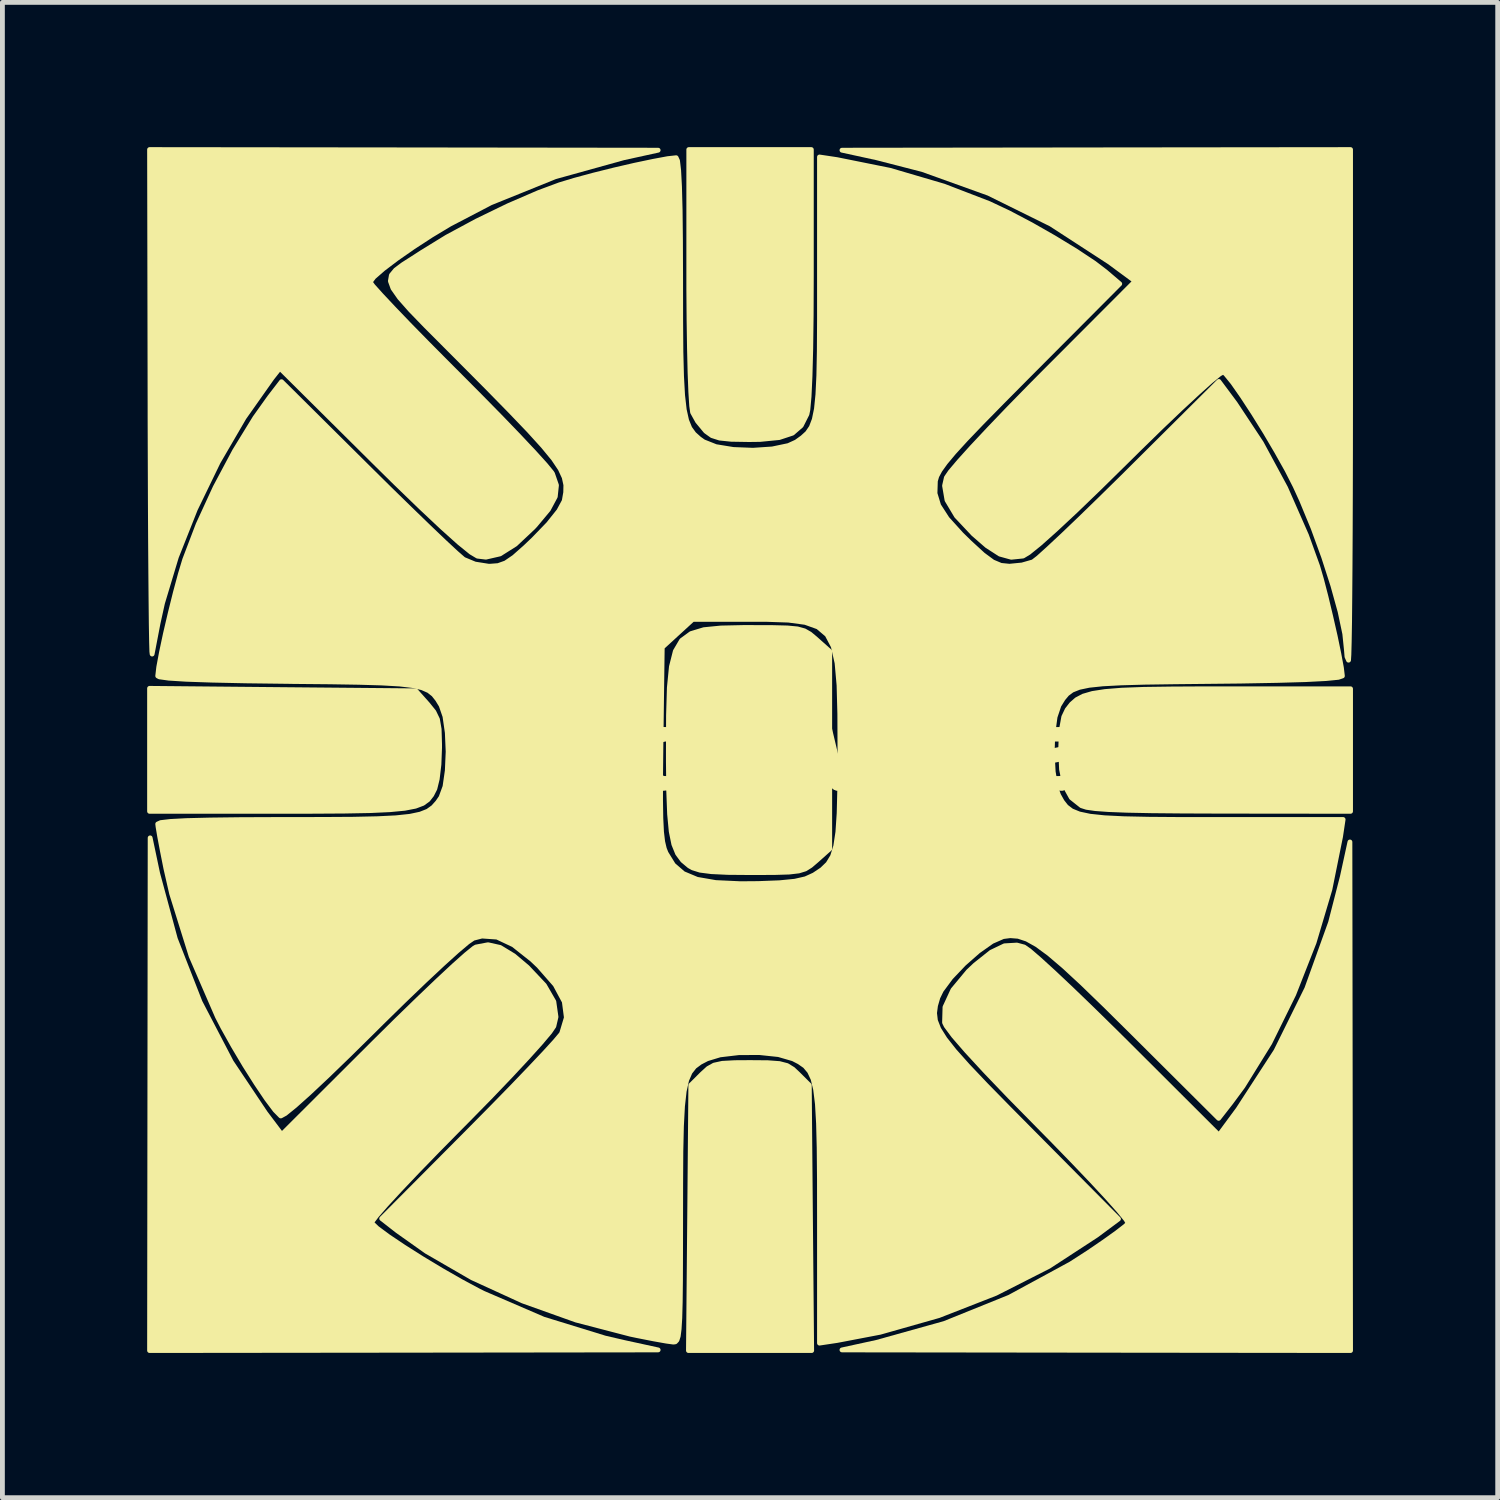
<source format=kicad_pcb>
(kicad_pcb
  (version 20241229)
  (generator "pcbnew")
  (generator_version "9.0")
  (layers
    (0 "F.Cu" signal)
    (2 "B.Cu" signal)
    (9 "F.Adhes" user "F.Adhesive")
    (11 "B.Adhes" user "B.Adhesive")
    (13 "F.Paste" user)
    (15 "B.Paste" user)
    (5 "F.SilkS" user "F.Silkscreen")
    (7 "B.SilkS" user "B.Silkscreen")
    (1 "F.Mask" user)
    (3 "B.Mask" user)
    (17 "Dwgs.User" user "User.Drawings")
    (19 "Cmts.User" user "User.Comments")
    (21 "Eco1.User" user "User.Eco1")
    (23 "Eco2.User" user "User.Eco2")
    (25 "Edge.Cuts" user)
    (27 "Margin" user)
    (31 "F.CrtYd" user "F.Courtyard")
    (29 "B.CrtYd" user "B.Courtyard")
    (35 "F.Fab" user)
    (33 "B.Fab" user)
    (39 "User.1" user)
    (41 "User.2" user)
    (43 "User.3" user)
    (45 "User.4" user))
  (footprint "encoderWheel"
    (layer "F.Cu")
    (at 12.496 12.496)
    (property "Reference" "encoderWheel" (at 0 0 0) (layer "F.SilkS") (effects (font (size 1.524 1.524) (thickness 0.3))))
    (attr through_hole)
    (fp_poly (pts (xy 1.277 12.446) (xy 0 12.446) (xy -1.277 12.446) (xy -1.252 9.696) (xy -1.228 6.946) (xy -0.993 6.712) (xy -0.869 6.599) (xy -0.745 6.53) (xy -0.575 6.493) (xy -0.316 6.479) (xy 0 6.477) (xy 0.367 6.48) (xy 0.608 6.498) (xy 0.767 6.539) (xy 0.889 6.614) (xy 0.993 6.712) (xy 1.228 6.946) (xy 1.252 9.696) (xy 1.277 12.446)) (stroke (width 0.1) (type solid)) (fill yes) (layer "F.SilkS"))
    (fp_poly (pts (xy -6.435 -0.045) (xy -6.448 0.298) (xy -6.484 0.601) (xy -6.533 0.801) (xy -6.536 0.807) (xy -6.598 0.929) (xy -6.674 1.027) (xy -6.781 1.105) (xy -6.937 1.164) (xy -7.159 1.207) (xy -7.464 1.236) (xy -7.871 1.255) (xy -8.396 1.265) (xy -9.058 1.269) (xy -9.775 1.27) (xy -12.446 1.27) (xy -12.446 -0.004) (xy -12.446 -1.279) (xy -9.687 -1.253) (xy -6.929 -1.228) (xy -6.682 -0.951) (xy -6.553 -0.791) (xy -6.479 -0.637) (xy -6.444 -0.433) (xy -6.435 -0.126) (xy -6.435 -0.045)) (stroke (width 0.1) (type solid)) (fill yes) (layer "F.SilkS"))
    (fp_poly (pts (xy 1.27 -9.834) (xy 1.267 -9.017) (xy 1.258 -8.32) (xy 1.243 -7.753) (xy 1.223 -7.327) (xy 1.198 -7.053) (xy 1.179 -6.961) (xy 1.06 -6.725) (xy 0.879 -6.568) (xy 0.604 -6.477) (xy 0.208 -6.438) (xy -0.023 -6.435) (xy -0.389 -6.441) (xy -0.63 -6.466) (xy -0.79 -6.517) (xy -0.913 -6.605) (xy -0.921 -6.612) (xy -1.089 -6.815) (xy -1.191 -6.999) (xy -1.21 -7.133) (xy -1.228 -7.415) (xy -1.244 -7.82) (xy -1.256 -8.328) (xy -1.265 -8.914) (xy -1.27 -9.556) (xy -1.27 -9.827) (xy -1.27 -12.446) (xy 0 -12.446) (xy 1.27 -12.446) (xy 1.27 -9.834)) (stroke (width 0.1) (type solid)) (fill yes) (layer "F.SilkS"))
    (fp_poly (pts (xy 12.446 1.27) (xy 9.758 1.267) (xy 8.96 1.264) (xy 8.315 1.258) (xy 7.81 1.248) (xy 7.428 1.233) (xy 7.154 1.213) (xy 6.974 1.187) (xy 6.871 1.154) (xy 6.867 1.152) (xy 6.659 0.987) (xy 6.526 0.747) (xy 6.456 0.401) (xy 6.438 -0.002) (xy 6.452 -0.412) (xy 6.502 -0.688) (xy 6.573 -0.837) (xy 6.663 -0.952) (xy 6.769 -1.045) (xy 6.907 -1.118) (xy 7.097 -1.173) (xy 7.357 -1.213) (xy 7.704 -1.241) (xy 8.157 -1.258) (xy 8.735 -1.266) (xy 9.454 -1.27) (xy 9.861 -1.27) (xy 12.446 -1.27) (xy 12.446 0) (xy 12.446 1.27)) (stroke (width 0.1) (type solid)) (fill yes) (layer "F.SilkS"))
    (fp_poly (pts (xy 1.651 2.046) (xy 1.374 2.293) (xy 1.256 2.394) (xy 1.145 2.464) (xy 1.008 2.506) (xy 0.81 2.529) (xy 0.516 2.538) (xy 0.093 2.54) (xy 0.018 2.54) (xy -0.462 2.536) (xy -0.803 2.52) (xy -1.035 2.49) (xy -1.189 2.442) (xy -1.26 2.402) (xy -1.397 2.287) (xy -1.502 2.145) (xy -1.58 1.953) (xy -1.634 1.688) (xy -1.668 1.328) (xy -1.686 0.852) (xy -1.693 0.235) (xy -1.693 -0.000001) (xy -1.69 -0.722) (xy -1.673 -1.292) (xy -1.63 -1.728) (xy -1.549 -2.049) (xy -1.418 -2.272) (xy -1.224 -2.414) (xy -0.957 -2.495) (xy -0.603 -2.53) (xy -0.152 -2.54) (xy 0.018 -2.54) (xy 0.463 -2.539) (xy 0.773 -2.531) (xy 0.983 -2.511) (xy 1.127 -2.471) (xy 1.24 -2.406) (xy 1.355 -2.31) (xy 1.374 -2.293) (xy 1.651 -2.046) (xy 1.651 -0.000001) (xy 1.651 2.046)) (stroke (width 0.1) (type solid)) (fill yes) (layer "F.SilkS"))
    (fp_poly (pts (xy 12.446 12.446) (xy 7.176 12.44) (xy 1.905 12.433) (xy 2.625 12.276) (xy 4.027 11.885) (xy 5.376 11.34) (xy 6.649 10.649) (xy 7.012 10.415) (xy 7.331 10.197) (xy 7.596 10.008) (xy 7.776 9.869) (xy 7.838 9.81) (xy 7.794 9.731) (xy 7.644 9.547) (xy 7.401 9.274) (xy 7.079 8.927) (xy 6.691 8.52) (xy 6.252 8.068) (xy 5.991 7.803) (xy 5.38 7.182) (xy 4.879 6.659) (xy 4.491 6.238) (xy 4.218 5.923) (xy 4.065 5.717) (xy 4.031 5.648) (xy 4.04 5.328) (xy 4.205 4.971) (xy 4.523 4.588) (xy 4.665 4.454) (xy 4.997 4.19) (xy 5.274 4.057) (xy 5.531 4.042) (xy 5.68 4.082) (xy 5.789 4.158) (xy 6 4.34) (xy 6.298 4.612) (xy 6.667 4.96) (xy 7.09 5.368) (xy 7.552 5.821) (xy 7.802 6.069) (xy 9.719 7.982) (xy 10.117 7.442) (xy 10.9 6.237) (xy 11.539 4.944) (xy 12.032 3.573) (xy 12.276 2.625) (xy 12.433 1.905) (xy 12.44 7.176) (xy 12.446 12.446)) (stroke (width 0.1) (type solid)) (fill yes) (layer "F.SilkS"))
    (fp_poly (pts (xy -1.905 12.433) (xy -7.176 12.44) (xy -12.446 12.446) (xy -12.44 7.133) (xy -12.434 1.82) (xy -12.278 2.559) (xy -11.912 3.913) (xy -11.399 5.224) (xy -10.753 6.463) (xy -10.046 7.52) (xy -9.707 7.97) (xy -7.796 6.063) (xy -7.321 5.593) (xy -6.876 5.161) (xy -6.478 4.781) (xy -6.142 4.468) (xy -5.885 4.239) (xy -5.722 4.107) (xy -5.68 4.082) (xy -5.431 4.035) (xy -5.181 4.091) (xy -4.897 4.264) (xy -4.615 4.502) (xy -4.263 4.875) (xy -4.067 5.214) (xy -4.022 5.531) (xy -4.067 5.724) (xy -4.148 5.843) (xy -4.335 6.065) (xy -4.611 6.372) (xy -4.961 6.748) (xy -5.37 7.176) (xy -5.823 7.638) (xy -6.027 7.844) (xy -6.484 8.308) (xy -6.898 8.735) (xy -7.254 9.11) (xy -7.539 9.419) (xy -7.737 9.646) (xy -7.836 9.777) (xy -7.844 9.801) (xy -7.731 9.91) (xy -7.499 10.082) (xy -7.179 10.297) (xy -6.802 10.536) (xy -6.397 10.78) (xy -5.994 11.011) (xy -5.625 11.209) (xy -5.525 11.259) (xy -4.281 11.795) (xy -3.008 12.187) (xy -2.625 12.276) (xy -1.905 12.433)) (stroke (width 0.1) (type solid)) (fill yes) (layer "F.SilkS"))
    (fp_poly (pts (xy -1.905 -12.433) (xy -2.625 -12.275) (xy -4.04 -11.882) (xy -5.375 -11.342) (xy -6.223 -10.899) (xy -6.607 -10.668) (xy -6.983 -10.423) (xy -7.326 -10.184) (xy -7.607 -9.971) (xy -7.799 -9.803) (xy -7.874 -9.702) (xy -7.874 -9.698) (xy -7.816 -9.618) (xy -7.652 -9.435) (xy -7.397 -9.163) (xy -7.066 -8.818) (xy -6.672 -8.416) (xy -6.231 -7.972) (xy -6.048 -7.789) (xy -5.585 -7.323) (xy -5.156 -6.886) (xy -4.778 -6.493) (xy -4.468 -6.163) (xy -4.24 -5.911) (xy -4.112 -5.755) (xy -4.094 -5.727) (xy -4.012 -5.489) (xy -4.037 -5.253) (xy -4.18 -4.986) (xy -4.452 -4.66) (xy -4.495 -4.614) (xy -4.864 -4.267) (xy -5.184 -4.065) (xy -5.476 -3.998) (xy -5.649 -4.019) (xy -5.783 -4.099) (xy -6.027 -4.297) (xy -6.373 -4.607) (xy -6.816 -5.023) (xy -7.35 -5.539) (xy -7.814 -5.997) (xy -9.746 -7.916) (xy -9.912 -7.705) (xy -10.487 -6.89) (xy -11.023 -5.97) (xy -11.497 -4.992) (xy -11.89 -4.002) (xy -12.178 -3.046) (xy -12.271 -2.625) (xy -12.327 -2.333) (xy -12.374 -2.088) (xy -12.393 -1.99) (xy -12.399 -2.042) (xy -12.405 -2.25) (xy -12.411 -2.599) (xy -12.416 -3.077) (xy -12.421 -3.67) (xy -12.426 -4.363) (xy -12.43 -5.143) (xy -12.433 -5.997) (xy -12.436 -6.91) (xy -12.436 -7.133) (xy -12.446 -12.446) (xy -7.176 -12.44) (xy -1.905 -12.433)) (stroke (width 0.1) (type solid)) (fill yes) (layer "F.SilkS"))
    (fp_poly (pts (xy 12.446 -7.154) (xy 12.445 -6.225) (xy 12.443 -5.348) (xy 12.44 -4.537) (xy 12.436 -3.806) (xy 12.431 -3.171) (xy 12.426 -2.645) (xy 12.419 -2.242) (xy 12.412 -1.978) (xy 12.405 -1.866) (xy 12.404 -1.863) (xy 12.372 -1.935) (xy 12.361 -2.069) (xy 12.326 -2.411) (xy 12.229 -2.87) (xy 12.079 -3.411) (xy 11.889 -4) (xy 11.67 -4.601) (xy 11.431 -5.179) (xy 11.298 -5.47) (xy 11.129 -5.802) (xy 10.915 -6.184) (xy 10.677 -6.588) (xy 10.433 -6.981) (xy 10.202 -7.334) (xy 10.005 -7.616) (xy 9.859 -7.795) (xy 9.81 -7.838) (xy 9.731 -7.794) (xy 9.547 -7.644) (xy 9.275 -7.4) (xy 8.927 -7.077) (xy 8.521 -6.69) (xy 8.07 -6.25) (xy 7.802 -5.985) (xy 7.241 -5.433) (xy 6.748 -4.958) (xy 6.333 -4.571) (xy 6.006 -4.279) (xy 5.776 -4.093) (xy 5.657 -4.021) (xy 5.414 -3.996) (xy 5.178 -4.061) (xy 4.91 -4.234) (xy 4.63 -4.477) (xy 4.279 -4.85) (xy 4.082 -5.18) (xy 4.031 -5.479) (xy 4.069 -5.647) (xy 4.149 -5.764) (xy 4.334 -5.983) (xy 4.61 -6.289) (xy 4.961 -6.663) (xy 5.371 -7.091) (xy 5.826 -7.556) (xy 6.07 -7.802) (xy 7.982 -9.719) (xy 7.442 -10.117) (xy 6.237 -10.9) (xy 4.944 -11.539) (xy 3.573 -12.032) (xy 2.625 -12.276) (xy 1.905 -12.433) (xy 7.176 -12.44) (xy 12.446 -12.446) (xy 12.446 -7.154)) (stroke (width 0.1) (type solid)) (fill yes) (layer "F.SilkS"))
    (fp_poly (pts (xy 12.292 1.439) (xy 12.238 1.799) (xy 12.018 2.888) (xy 11.69 3.99) (xy 11.268 5.064) (xy 10.772 6.071) (xy 10.216 6.969) (xy 9.965 7.309) (xy 9.712 7.633) (xy 7.925 5.853) (xy 7.354 5.288) (xy 6.885 4.834) (xy 6.504 4.482) (xy 6.195 4.219) (xy 5.944 4.035) (xy 5.737 3.919) (xy 5.558 3.86) (xy 5.393 3.847) (xy 5.246 3.866) (xy 5.015 3.967) (xy 4.73 4.168) (xy 4.432 4.43) (xy 4.162 4.714) (xy 3.964 4.981) (xy 3.893 5.127) (xy 3.844 5.296) (xy 3.824 5.451) (xy 3.842 5.607) (xy 3.91 5.78) (xy 4.038 5.985) (xy 4.236 6.236) (xy 4.516 6.55) (xy 4.888 6.942) (xy 5.362 7.426) (xy 5.776 7.844) (xy 7.636 9.719) (xy 7.184 10.055) (xy 6.195 10.7) (xy 5.091 11.261) (xy 3.911 11.722) (xy 2.695 12.067) (xy 1.863 12.226) (xy 1.863 -0.000001) (xy 1.86 -0.748) (xy 1.844 -1.344) (xy 1.803 -1.805) (xy 1.725 -2.148) (xy 1.597 -2.391) (xy 1.407 -2.552) (xy 1.144 -2.646) (xy 0.795 -2.693) (xy 0.348 -2.708) (xy -0.035 -2.709) (xy -1.188 -2.709) (xy -1.504 -2.42) (xy -1.82 -2.13) (xy -1.847 -0.137) (xy -1.854 0.519) (xy -1.855 1.028) (xy -1.849 1.413) (xy -1.835 1.696) (xy -1.811 1.899) (xy -1.777 2.044) (xy -1.741 2.135) (xy -1.589 2.382) (xy -1.383 2.56) (xy -1.099 2.679) (xy -0.713 2.746) (xy -0.199 2.77) (xy 0.169 2.767) (xy 0.613 2.75) (xy 0.927 2.719) (xy 1.151 2.668) (xy 1.324 2.589) (xy 1.332 2.584) (xy 1.492 2.477) (xy 1.616 2.357) (xy 1.71 2.202) (xy 1.776 1.99) (xy 1.82 1.7) (xy 1.846 1.309) (xy 1.859 0.797) (xy 1.863 0.141) (xy 1.863 -0.000001) (xy 1.863 12.226) (xy 1.799 12.238) (xy 1.439 12.292) (xy 1.439 9.693) (xy 1.438 8.894) (xy 1.432 8.247) (xy 1.419 7.733) (xy 1.396 7.336) (xy 1.359 7.036) (xy 1.306 6.817) (xy 1.233 6.661) (xy 1.139 6.549) (xy 1.019 6.465) (xy 0.891 6.399) (xy 0.591 6.312) (xy 0.194 6.27) (xy -0.233 6.272) (xy -0.624 6.318) (xy -0.891 6.399) (xy -1.035 6.474) (xy -1.152 6.561) (xy -1.244 6.678) (xy -1.314 6.841) (xy -1.365 7.07) (xy -1.4 7.381) (xy -1.422 7.793) (xy -1.434 8.323) (xy -1.438 8.989) (xy -1.439 9.686) (xy -1.44 10.418) (xy -1.442 10.997) (xy -1.447 11.443) (xy -1.456 11.771) (xy -1.47 12) (xy -1.489 12.147) (xy -1.515 12.229) (xy -1.549 12.265) (xy -1.587 12.271) (xy -1.734 12.251) (xy -1.999 12.204) (xy -2.334 12.138) (xy -2.478 12.108) (xy -3.606 11.814) (xy -4.712 11.419) (xy -5.76 10.939) (xy -6.708 10.391) (xy -7.31 9.964) (xy -7.635 9.711) (xy -5.816 7.882) (xy -5.357 7.418) (xy -4.934 6.985) (xy -4.564 6.599) (xy -4.261 6.278) (xy -4.041 6.037) (xy -3.92 5.893) (xy -3.904 5.869) (xy -3.807 5.545) (xy -3.85 5.215) (xy -4.039 4.863) (xy -4.379 4.475) (xy -4.519 4.342) (xy -4.905 4.037) (xy -5.244 3.877) (xy -5.558 3.855) (xy -5.736 3.901) (xy -5.853 3.981) (xy -6.072 4.166) (xy -6.376 4.441) (xy -6.748 4.789) (xy -7.172 5.196) (xy -7.63 5.645) (xy -7.801 5.815) (xy -8.313 6.32) (xy -8.763 6.755) (xy -9.14 7.109) (xy -9.434 7.372) (xy -9.633 7.533) (xy -9.726 7.584) (xy -9.728 7.583) (xy -9.844 7.465) (xy -10.021 7.229) (xy -10.237 6.908) (xy -10.474 6.533) (xy -10.711 6.134) (xy -10.928 5.745) (xy -11.039 5.529) (xy -11.584 4.273) (xy -11.989 2.975) (xy -12.107 2.458) (xy -12.179 2.096) (xy -12.236 1.794) (xy -12.27 1.591) (xy -12.277 1.532) (xy -12.213 1.503) (xy -12.017 1.48) (xy -11.682 1.462) (xy -11.2 1.45) (xy -10.564 1.442) (xy -9.767 1.439) (xy -9.648 1.439) (xy -8.863 1.438) (xy -8.228 1.434) (xy -7.727 1.423) (xy -7.34 1.404) (xy -7.048 1.373) (xy -6.835 1.328) (xy -6.68 1.267) (xy -6.567 1.186) (xy -6.476 1.084) (xy -6.405 0.981) (xy -6.323 0.758) (xy -6.275 0.424) (xy -6.258 0.033) (xy -6.275 -0.36) (xy -6.324 -0.699) (xy -6.402 -0.925) (xy -6.479 -1.051) (xy -6.559 -1.152) (xy -6.659 -1.231) (xy -6.798 -1.292) (xy -6.995 -1.337) (xy -7.267 -1.369) (xy -7.633 -1.39) (xy -8.11 -1.404) (xy -8.719 -1.414) (xy -9.475 -1.421) (xy -9.589 -1.423) (xy -10.456 -1.434) (xy -11.155 -1.449) (xy -11.686 -1.467) (xy -12.048 -1.49) (xy -12.242 -1.517) (xy -12.277 -1.536) (xy -12.256 -1.719) (xy -12.199 -2.025) (xy -12.117 -2.412) (xy -12.017 -2.839) (xy -11.911 -3.265) (xy -11.807 -3.65) (xy -11.718 -3.946) (xy -11.44 -4.675) (xy -11.086 -5.445) (xy -10.684 -6.2) (xy -10.263 -6.886) (xy -9.961 -7.31) (xy -9.711 -7.635) (xy -7.924 -5.861) (xy -7.463 -5.405) (xy -7.032 -4.984) (xy -6.648 -4.612) (xy -6.328 -4.307) (xy -6.089 -4.085) (xy -5.948 -3.962) (xy -5.929 -3.949) (xy -5.702 -3.855) (xy -5.424 -3.811) (xy -5.392 -3.81) (xy -5.222 -3.823) (xy -5.067 -3.878) (xy -4.891 -3.998) (xy -4.657 -4.205) (xy -4.484 -4.37) (xy -4.18 -4.685) (xy -3.963 -4.957) (xy -3.855 -5.157) (xy -3.85 -5.174) (xy -3.821 -5.34) (xy -3.818 -5.495) (xy -3.852 -5.652) (xy -3.934 -5.828) (xy -4.076 -6.039) (xy -4.289 -6.298) (xy -4.583 -6.622) (xy -4.97 -7.026) (xy -5.46 -7.526) (xy -5.77 -7.838) (xy -6.299 -8.369) (xy -6.721 -8.792) (xy -7.04 -9.122) (xy -7.265 -9.377) (xy -7.401 -9.571) (xy -7.455 -9.72) (xy -7.434 -9.842) (xy -7.345 -9.95) (xy -7.194 -10.063) (xy -6.987 -10.195) (xy -6.8 -10.316) (xy -6.284 -10.633) (xy -5.667 -10.965) (xy -5.014 -11.282) (xy -4.385 -11.554) (xy -3.946 -11.717) (xy -3.638 -11.81) (xy -3.25 -11.915) (xy -2.821 -12.022) (xy -2.393 -12.121) (xy -2.007 -12.202) (xy -1.705 -12.258) (xy -1.532 -12.277) (xy -1.503 -12.213) (xy -1.48 -12.016) (xy -1.462 -11.68) (xy -1.449 -11.197) (xy -1.442 -10.559) (xy -1.439 -9.76) (xy -1.439 -9.692) (xy -1.438 -8.899) (xy -1.433 -8.257) (xy -1.42 -7.747) (xy -1.398 -7.352) (xy -1.364 -7.054) (xy -1.315 -6.833) (xy -1.249 -6.671) (xy -1.162 -6.551) (xy -1.053 -6.453) (xy -0.964 -6.39) (xy -0.709 -6.289) (xy -0.348 -6.23) (xy 0.061 -6.214) (xy 0.461 -6.241) (xy 0.795 -6.311) (xy 0.957 -6.385) (xy 1.085 -6.477) (xy 1.189 -6.572) (xy 1.27 -6.691) (xy 1.331 -6.851) (xy 1.376 -7.071) (xy 1.406 -7.369) (xy 1.425 -7.763) (xy 1.435 -8.273) (xy 1.439 -8.916) (xy 1.439 -9.655) (xy 1.439 -12.292) (xy 1.799 -12.238) (xy 2.897 -12.017) (xy 4.018 -11.688) (xy 4.953 -11.328) (xy 5.361 -11.136) (xy 5.826 -10.891) (xy 6.305 -10.618) (xy 6.756 -10.343) (xy 7.133 -10.093) (xy 7.366 -9.915) (xy 7.662 -9.663) (xy 5.776 -7.77) (xy 5.237 -7.227) (xy 4.806 -6.788) (xy 4.473 -6.44) (xy 4.225 -6.168) (xy 4.05 -5.959) (xy 3.936 -5.8) (xy 3.87 -5.677) (xy 3.841 -5.577) (xy 3.833 -5.319) (xy 3.909 -5.069) (xy 4.085 -4.796) (xy 4.378 -4.472) (xy 4.557 -4.297) (xy 4.83 -4.047) (xy 5.031 -3.899) (xy 5.2 -3.828) (xy 5.376 -3.81) (xy 5.639 -3.836) (xy 5.859 -3.899) (xy 5.869 -3.904) (xy 5.974 -3.985) (xy 6.181 -4.172) (xy 6.476 -4.447) (xy 6.84 -4.795) (xy 7.258 -5.201) (xy 7.714 -5.649) (xy 7.885 -5.819) (xy 9.716 -7.64) (xy 10.054 -7.186) (xy 10.597 -6.365) (xy 11.1 -5.434) (xy 11.533 -4.45) (xy 11.764 -3.81) (xy 11.843 -3.54) (xy 11.936 -3.181) (xy 12.033 -2.776) (xy 12.126 -2.368) (xy 12.203 -1.997) (xy 12.257 -1.705) (xy 12.277 -1.536) (xy 12.192 -1.507) (xy 11.938 -1.482) (xy 11.516 -1.46) (xy 10.925 -1.443) (xy 10.165 -1.429) (xy 9.588 -1.423) (xy 8.81 -1.415) (xy 8.184 -1.406) (xy 7.689 -1.392) (xy 7.31 -1.372) (xy 7.026 -1.342) (xy 6.821 -1.299) (xy 6.675 -1.241) (xy 6.571 -1.164) (xy 6.489 -1.066) (xy 6.413 -0.943) (xy 6.402 -0.925) (xy 6.322 -0.687) (xy 6.275 -0.341) (xy 6.262 0.057) (xy 6.283 0.449) (xy 6.338 0.778) (xy 6.394 0.934) (xy 6.469 1.068) (xy 6.553 1.175) (xy 6.665 1.26) (xy 6.822 1.324) (xy 7.043 1.371) (xy 7.344 1.403) (xy 7.745 1.423) (xy 8.263 1.434) (xy 8.915 1.439) (xy 9.655 1.439) (xy 12.292 1.439)) (stroke (width 0.1) (type solid)) (fill yes) (layer "F.SilkS")))
  (gr_rect
    (start -3 -3)
    (end 27.992 27.992)
    (stroke (width 0.1) (type default))
    (fill no)
    (layer "Edge.Cuts")))
</source>
